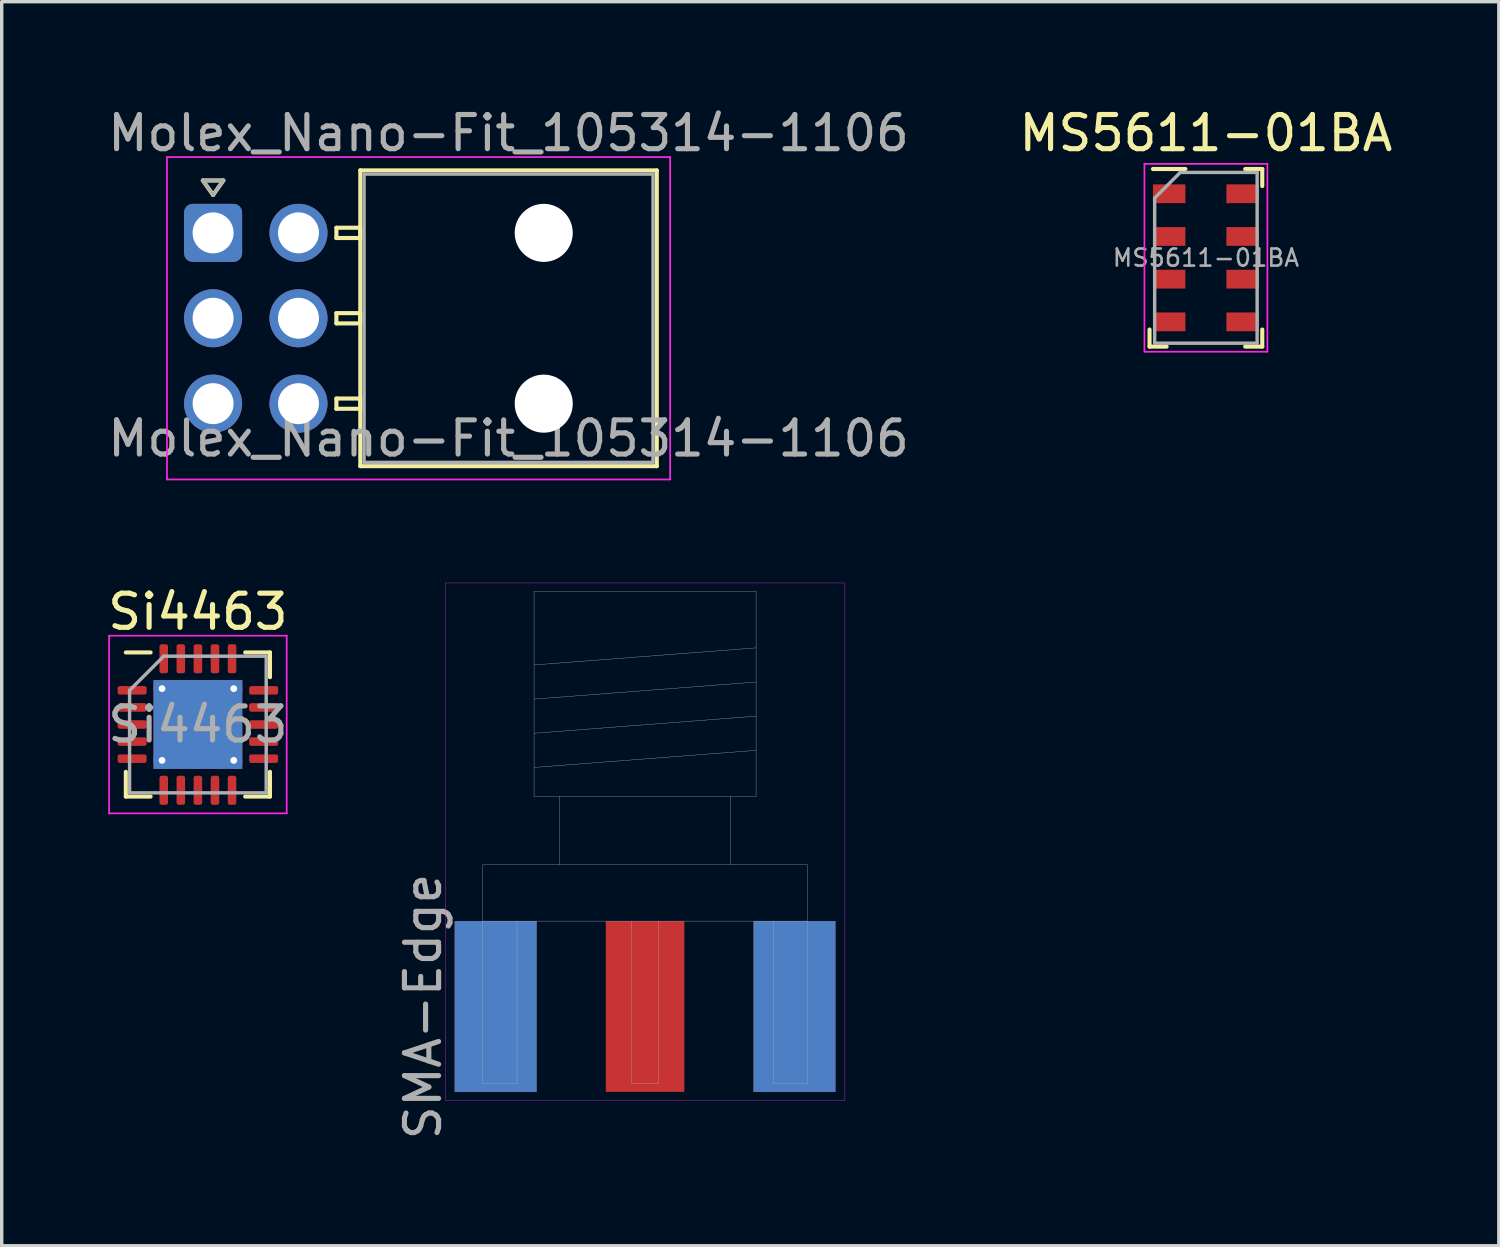
<source format=kicad_pcb>
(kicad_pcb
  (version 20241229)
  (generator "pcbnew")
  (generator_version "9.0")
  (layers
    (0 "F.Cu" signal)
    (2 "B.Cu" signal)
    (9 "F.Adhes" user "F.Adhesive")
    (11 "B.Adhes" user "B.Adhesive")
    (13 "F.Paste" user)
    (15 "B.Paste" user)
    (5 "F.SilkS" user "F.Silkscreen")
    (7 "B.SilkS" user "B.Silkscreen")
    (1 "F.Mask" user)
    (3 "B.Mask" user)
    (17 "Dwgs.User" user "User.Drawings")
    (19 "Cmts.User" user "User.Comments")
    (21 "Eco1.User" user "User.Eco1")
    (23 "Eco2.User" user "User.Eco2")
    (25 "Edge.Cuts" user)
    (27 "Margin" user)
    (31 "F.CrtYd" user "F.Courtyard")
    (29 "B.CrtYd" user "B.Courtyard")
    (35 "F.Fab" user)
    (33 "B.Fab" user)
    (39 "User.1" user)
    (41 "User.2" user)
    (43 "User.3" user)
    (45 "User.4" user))
  (footprint "Si4463"
    (layer "F.Cu")
    (at 2.744 18.162)
    (property "Reference" "Si4463" (at 0 -3.3 0) (layer "F.SilkS") (effects (font (size 1 1) (thickness 0.15))))
    (attr smd)
    (fp_line (start -2.11 2.11) (end -2.11 1.385) (stroke (width 0.12) (type solid)) (layer "F.SilkS"))
    (fp_line (start -1.385 -2.11) (end -2.11 -2.11) (stroke (width 0.12) (type solid)) (layer "F.SilkS"))
    (fp_line (start -1.385 2.11) (end -2.11 2.11) (stroke (width 0.12) (type solid)) (layer "F.SilkS"))
    (fp_line (start 1.385 -2.11) (end 2.11 -2.11) (stroke (width 0.12) (type solid)) (layer "F.SilkS"))
    (fp_line (start 1.385 2.11) (end 2.11 2.11) (stroke (width 0.12) (type solid)) (layer "F.SilkS"))
    (fp_line (start 2.11 -2.11) (end 2.11 -1.385) (stroke (width 0.12) (type solid)) (layer "F.SilkS"))
    (fp_line (start 2.11 2.11) (end 2.11 1.385) (stroke (width 0.12) (type solid)) (layer "F.SilkS"))
    (fp_line (start -2.6 -2.6) (end -2.6 2.6) (stroke (width 0.05) (type solid)) (layer "F.CrtYd"))
    (fp_line (start -2.6 2.6) (end 2.6 2.6) (stroke (width 0.05) (type solid)) (layer "F.CrtYd"))
    (fp_line (start 2.6 -2.6) (end -2.6 -2.6) (stroke (width 0.05) (type solid)) (layer "F.CrtYd"))
    (fp_line (start 2.6 2.6) (end 2.6 -2.6) (stroke (width 0.05) (type solid)) (layer "F.CrtYd"))
    (fp_line (start -2 -1) (end -1 -2) (stroke (width 0.1) (type solid)) (layer "F.Fab"))
    (fp_line (start -2 2) (end -2 -1) (stroke (width 0.1) (type solid)) (layer "F.Fab"))
    (fp_line (start -1 -2) (end 2 -2) (stroke (width 0.1) (type solid)) (layer "F.Fab"))
    (fp_line (start 2 -2) (end 2 2) (stroke (width 0.1) (type solid)) (layer "F.Fab"))
    (fp_line (start 2 2) (end -2 2) (stroke (width 0.1) (type solid)) (layer "F.Fab"))
    (fp_text user "${REFERENCE}" (at 0 0 0) (layer "F.Fab") (effects (font (size 1 1) (thickness 0.15))))
    (pad "" smd roundrect (at -0.65 -0.65) (size 1.13 1.13) (layers "F.Paste") (roundrect_rratio 0.221))
    (pad "" smd roundrect (at -0.65 0.65) (size 1.13 1.13) (layers "F.Paste") (roundrect_rratio 0.221))
    (pad "" smd roundrect (at 0.65 -0.65) (size 1.13 1.13) (layers "F.Paste") (roundrect_rratio 0.221))
    (pad "" smd roundrect (at 0.65 0.65) (size 1.13 1.13) (layers "F.Paste") (roundrect_rratio 0.221))
    (pad "1" smd roundrect (at -1.925 -1) (size 0.85 0.25) (layers "F.Cu" "F.Mask" "F.Paste") (roundrect_rratio 0.25))
    (pad "2" smd roundrect (at -1.925 -0.5) (size 0.85 0.25) (layers "F.Cu" "F.Mask" "F.Paste") (roundrect_rratio 0.25))
    (pad "3" smd roundrect (at -1.925 0) (size 0.85 0.25) (layers "F.Cu" "F.Mask" "F.Paste") (roundrect_rratio 0.25))
    (pad "4" smd roundrect (at -1.925 0.5) (size 0.85 0.25) (layers "F.Cu" "F.Mask" "F.Paste") (roundrect_rratio 0.25))
    (pad "5" smd roundrect (at -1.925 1) (size 0.85 0.25) (layers "F.Cu" "F.Mask" "F.Paste") (roundrect_rratio 0.25))
    (pad "6" smd roundrect (at -1 1.925) (size 0.25 0.85) (layers "F.Cu" "F.Mask" "F.Paste") (roundrect_rratio 0.25))
    (pad "7" smd roundrect (at -0.5 1.925) (size 0.25 0.85) (layers "F.Cu" "F.Mask" "F.Paste") (roundrect_rratio 0.25))
    (pad "8" smd roundrect (at 0 1.925) (size 0.25 0.85) (layers "F.Cu" "F.Mask" "F.Paste") (roundrect_rratio 0.25))
    (pad "9" smd roundrect (at 0.5 1.925) (size 0.25 0.85) (layers "F.Cu" "F.Mask" "F.Paste") (roundrect_rratio 0.25))
    (pad "10" smd roundrect (at 1 1.925) (size 0.25 0.85) (layers "F.Cu" "F.Mask" "F.Paste") (roundrect_rratio 0.25))
    (pad "11" smd roundrect (at 1.925 1) (size 0.85 0.25) (layers "F.Cu" "F.Mask" "F.Paste") (roundrect_rratio 0.25))
    (pad "12" smd roundrect (at 1.925 0.5) (size 0.85 0.25) (layers "F.Cu" "F.Mask" "F.Paste") (roundrect_rratio 0.25))
    (pad "13" smd roundrect (at 1.925 0) (size 0.85 0.25) (layers "F.Cu" "F.Mask" "F.Paste") (roundrect_rratio 0.25))
    (pad "14" smd roundrect (at 1.925 -0.5) (size 0.85 0.25) (layers "F.Cu" "F.Mask" "F.Paste") (roundrect_rratio 0.25))
    (pad "15" smd roundrect (at 1.925 -1) (size 0.85 0.25) (layers "F.Cu" "F.Mask" "F.Paste") (roundrect_rratio 0.25))
    (pad "16" smd roundrect (at 1 -1.925) (size 0.25 0.85) (layers "F.Cu" "F.Mask" "F.Paste") (roundrect_rratio 0.25))
    (pad "17" smd roundrect (at 0.5 -1.925) (size 0.25 0.85) (layers "F.Cu" "F.Mask" "F.Paste") (roundrect_rratio 0.25))
    (pad "18" smd roundrect (at 0 -1.925) (size 0.25 0.85) (layers "F.Cu" "F.Mask" "F.Paste") (roundrect_rratio 0.25))
    (pad "19" smd roundrect (at -0.5 -1.925) (size 0.25 0.85) (layers "F.Cu" "F.Mask" "F.Paste") (roundrect_rratio 0.25))
    (pad "20" smd roundrect (at -1 -1.925) (size 0.25 0.85) (layers "F.Cu" "F.Mask" "F.Paste") (roundrect_rratio 0.25))
    (pad "21" thru_hole circle (at -1.05 -1.05) (size 0.5 0.5) (drill 0.2) (layers "*.Cu"))
    (pad "21" thru_hole circle (at -1.05 1.05) (size 0.5 0.5) (drill 0.2) (layers "*.Cu"))
    (pad "21" smd rect (at 0 0) (size 2.6 2.6) (layers "F.Cu" "F.Mask"))
    (pad "21" smd rect (at 0 0) (size 2.6 2.6) (layers "B.Cu"))
    (pad "21" thru_hole circle (at 1.05 -1.05) (size 0.5 0.5) (drill 0.2) (layers "*.Cu"))
    (pad "21" thru_hole circle (at 1.05 1.05) (size 0.5 0.5) (drill 0.2) (layers "*.Cu")))
  (footprint "SMA-Edge"
    (layer "F.Cu")
    (at 15.836 26.418)
    (property "Reference" "SMA-Edge" (at -6.5 0 90) (layer "F.Fab") (effects (font (size 1 1) (thickness 0.15))))
    (attr through_hole)
    (fp_line (start -5.85 -12.4) (end -5.85 2.75) (stroke (width 0.01) (type solid)) (layer "F.CrtYd"))
    (fp_line (start -5.85 2.75) (end 5.85 2.75) (stroke (width 0.01) (type solid)) (layer "F.CrtYd"))
    (fp_line (start 5.85 -12.4) (end -5.85 -12.4) (stroke (width 0.01) (type solid)) (layer "F.CrtYd"))
    (fp_line (start 5.85 2.75) (end 5.85 -12.4) (stroke (width 0.01) (type solid)) (layer "F.CrtYd"))
    (fp_line (start -4.75 -4.15) (end 4.75 -4.15) (stroke (width 0.01) (type solid)) (layer "F.Fab"))
    (fp_line (start -4.75 -2.5) (end -4.75 -4.15) (stroke (width 0.01) (type solid)) (layer "F.Fab"))
    (fp_line (start -4.75 -2.5) (end -4.75 2.25) (stroke (width 0.01) (type solid)) (layer "F.Fab"))
    (fp_line (start -4.75 -2.5) (end 4.75 -2.5) (stroke (width 0.01) (type solid)) (layer "F.Fab"))
    (fp_line (start -4.75 2.25) (end -3.75 2.25) (stroke (width 0.01) (type solid)) (layer "F.Fab"))
    (fp_line (start -3.75 2.25) (end -3.75 -2.5) (stroke (width 0.01) (type solid)) (layer "F.Fab"))
    (fp_line (start -3.25 -12.15) (end 3.25 -12.15) (stroke (width 0.01) (type solid)) (layer "F.Fab"))
    (fp_line (start -3.25 -6.15) (end -3.25 -12.15) (stroke (width 0.01) (type solid)) (layer "F.Fab"))
    (fp_line (start -2.5 -4.15) (end -2.5 -6.15) (stroke (width 0.01) (type solid)) (layer "F.Fab"))
    (fp_line (start -0.4 -2.5) (end -0.4 2.25) (stroke (width 0.01) (type solid)) (layer "F.Fab"))
    (fp_line (start -0.4 2.25) (end 0.4 2.25) (stroke (width 0.01) (type solid)) (layer "F.Fab"))
    (fp_line (start 0.4 2.25) (end 0.4 -2.5) (stroke (width 0.01) (type solid)) (layer "F.Fab"))
    (fp_line (start 2.5 -6.15) (end 2.5 -4.15) (stroke (width 0.01) (type solid)) (layer "F.Fab"))
    (fp_line (start 3.25 -12.15) (end 3.25 -6.15) (stroke (width 0.01) (type solid)) (layer "F.Fab"))
    (fp_line (start 3.25 -10.5) (end -3.25 -10) (stroke (width 0.01) (type solid)) (layer "F.Fab"))
    (fp_line (start 3.25 -9.5) (end -3.25 -9) (stroke (width 0.01) (type solid)) (layer "F.Fab"))
    (fp_line (start 3.25 -8.5) (end -3.25 -8) (stroke (width 0.01) (type solid)) (layer "F.Fab"))
    (fp_line (start 3.25 -7.5) (end -3.25 -7) (stroke (width 0.01) (type solid)) (layer "F.Fab"))
    (fp_line (start 3.25 -6.15) (end -3.25 -6.15) (stroke (width 0.01) (type solid)) (layer "F.Fab"))
    (fp_line (start 3.75 2.25) (end 3.75 -2.5) (stroke (width 0.01) (type solid)) (layer "F.Fab"))
    (fp_line (start 4.75 -4.15) (end 4.75 -2.5) (stroke (width 0.01) (type solid)) (layer "F.Fab"))
    (fp_line (start 4.75 -2.5) (end 4.75 2.25) (stroke (width 0.01) (type solid)) (layer "F.Fab"))
    (fp_line (start 4.75 2.25) (end 3.75 2.25) (stroke (width 0.01) (type solid)) (layer "F.Fab"))
    (pad "1" smd rect (at 0 0) (size 2.3 5) (layers "F.Cu" "F.Mask" "F.Paste"))
    (pad "2" smd rect (at -4.375 0) (size 2.4 5) (layers "F.Cu" "F.Mask" "F.Paste"))
    (pad "2" smd rect (at -4.375 0) (size 2.4 5) (layers "B.Cu" "B.Mask" "B.Paste"))
    (pad "2" smd rect (at 4.375 0) (size 2.4 5) (layers "F.Cu" "F.Mask" "F.Paste"))
    (pad "2" smd rect (at 4.375 0) (size 2.4 5) (layers "B.Cu" "B.Mask" "B.Paste")))
  (footprint "MS5611-01BA"
    (layer "F.Cu")
    (at 32.256 4.498)
    (property "Reference" "MS5611-01BA" (at 0 -3.65 0) (layer "F.SilkS") (effects (font (size 1 1) (thickness 0.15))))
    (attr smd)
    (fp_line (start -1.65 2.6) (end -1.65 2.1) (stroke (width 0.12) (type solid)) (layer "F.SilkS"))
    (fp_line (start -1.55 -2.6) (end -0.6 -2.6) (stroke (width 0.12) (type solid)) (layer "F.SilkS"))
    (fp_line (start -1.15 2.6) (end -1.65 2.6) (stroke (width 0.12) (type solid)) (layer "F.SilkS"))
    (fp_line (start 1.15 -2.6) (end 1.65 -2.6) (stroke (width 0.12) (type solid)) (layer "F.SilkS"))
    (fp_line (start 1.65 -2.6) (end 1.65 -2.1) (stroke (width 0.12) (type solid)) (layer "F.SilkS"))
    (fp_line (start 1.65 2.1) (end 1.65 2.6) (stroke (width 0.12) (type solid)) (layer "F.SilkS"))
    (fp_line (start 1.65 2.6) (end 1.15 2.6) (stroke (width 0.12) (type solid)) (layer "F.SilkS"))
    (fp_line (start -1.8 -2.75) (end -1.8 2.75) (stroke (width 0.05) (type solid)) (layer "F.CrtYd"))
    (fp_line (start -1.8 -2.75) (end 1.8 -2.75) (stroke (width 0.05) (type solid)) (layer "F.CrtYd"))
    (fp_line (start 1.8 2.75) (end -1.8 2.75) (stroke (width 0.05) (type solid)) (layer "F.CrtYd"))
    (fp_line (start 1.8 2.75) (end 1.8 -2.75) (stroke (width 0.05) (type solid)) (layer "F.CrtYd"))
    (fp_line (start -1.5 -1.75) (end -0.75 -2.5) (stroke (width 0.1) (type solid)) (layer "F.Fab"))
    (fp_line (start -1.5 2.5) (end -1.5 -1.75) (stroke (width 0.1) (type solid)) (layer "F.Fab"))
    (fp_line (start -0.75 -2.5) (end 1.5 -2.5) (stroke (width 0.1) (type solid)) (layer "F.Fab"))
    (fp_line (start 1.5 -2.5) (end 1.5 2.5) (stroke (width 0.1) (type solid)) (layer "F.Fab"))
    (fp_line (start 1.5 2.5) (end -1.5 2.5) (stroke (width 0.1) (type solid)) (layer "F.Fab"))
    (fp_text user "${REFERENCE}" (at 0 0 0) (layer "F.Fab") (effects (font (size 0.5 0.5) (thickness 0.075))))
    (pad "1" smd rect (at -1.075 -1.875) (size 0.95 0.55) (layers "F.Cu" "F.Mask" "F.Paste"))
    (pad "2" smd rect (at -1.075 -0.625) (size 0.95 0.55) (layers "F.Cu" "F.Mask" "F.Paste"))
    (pad "3" smd rect (at -1.075 0.625) (size 0.95 0.55) (layers "F.Cu" "F.Mask" "F.Paste"))
    (pad "4" smd rect (at -1.075 1.875) (size 0.95 0.55) (layers "F.Cu" "F.Mask" "F.Paste"))
    (pad "5" smd rect (at 1.075 1.875) (size 0.95 0.55) (layers "F.Cu" "F.Mask" "F.Paste"))
    (pad "6" smd rect (at 1.075 0.625) (size 0.95 0.55) (layers "F.Cu" "F.Mask" "F.Paste"))
    (pad "7" smd rect (at 1.075 -0.625) (size 0.95 0.55) (layers "F.Cu" "F.Mask" "F.Paste"))
    (pad "8" smd rect (at 1.075 -1.875) (size 0.95 0.55) (layers "F.Cu" "F.Mask" "F.Paste")))
  (footprint "Molex_Nano-Fit_105314-1106"
    (layer "F.Cu")
    (at 3.189 3.768)
    (property "Reference" "Molex_Nano-Fit_105314-1106" (at 8.65 -2.92 0) (layer "F.Fab") (effects (font (size 1 1) (thickness 0.15))))
    (attr through_hole)
    (fp_line (start -0.3 -1.534) (end 0 -1.11) (stroke (width 0.12) (type solid)) (layer "F.SilkS"))
    (fp_line (start 0 -1.11) (end 0.3 -1.534) (stroke (width 0.12) (type solid)) (layer "F.SilkS"))
    (fp_line (start 0.3 -1.534) (end -0.3 -1.534) (stroke (width 0.12) (type solid)) (layer "F.SilkS"))
    (fp_line (start 3.61 -0.15) (end 3.61 0.15) (stroke (width 0.12) (type solid)) (layer "F.SilkS"))
    (fp_line (start 3.61 0.15) (end 4.31 0.15) (stroke (width 0.12) (type solid)) (layer "F.SilkS"))
    (fp_line (start 3.61 2.35) (end 3.61 2.65) (stroke (width 0.12) (type solid)) (layer "F.SilkS"))
    (fp_line (start 3.61 2.65) (end 4.31 2.65) (stroke (width 0.12) (type solid)) (layer "F.SilkS"))
    (fp_line (start 3.61 4.85) (end 3.61 5.15) (stroke (width 0.12) (type solid)) (layer "F.SilkS"))
    (fp_line (start 3.61 5.15) (end 4.31 5.15) (stroke (width 0.12) (type solid)) (layer "F.SilkS"))
    (fp_line (start 4.31 -1.83) (end 4.31 6.83) (stroke (width 0.12) (type solid)) (layer "F.SilkS"))
    (fp_line (start 4.31 -0.15) (end 3.61 -0.15) (stroke (width 0.12) (type solid)) (layer "F.SilkS"))
    (fp_line (start 4.31 0.15) (end 4.31 -0.15) (stroke (width 0.12) (type solid)) (layer "F.SilkS"))
    (fp_line (start 4.31 2.35) (end 3.61 2.35) (stroke (width 0.12) (type solid)) (layer "F.SilkS"))
    (fp_line (start 4.31 2.65) (end 4.31 2.35) (stroke (width 0.12) (type solid)) (layer "F.SilkS"))
    (fp_line (start 4.31 4.85) (end 3.61 4.85) (stroke (width 0.12) (type solid)) (layer "F.SilkS"))
    (fp_line (start 4.31 5.15) (end 4.31 4.85) (stroke (width 0.12) (type solid)) (layer "F.SilkS"))
    (fp_line (start 4.31 6.83) (end 12.99 6.83) (stroke (width 0.12) (type solid)) (layer "F.SilkS"))
    (fp_line (start 12.99 -1.83) (end 4.31 -1.83) (stroke (width 0.12) (type solid)) (layer "F.SilkS"))
    (fp_line (start 12.99 6.83) (end 12.99 -1.83) (stroke (width 0.12) (type solid)) (layer "F.SilkS"))
    (fp_line (start -1.35 -2.22) (end -1.35 7.22) (stroke (width 0.05) (type solid)) (layer "F.CrtYd"))
    (fp_line (start -1.35 7.22) (end 13.38 7.22) (stroke (width 0.05) (type solid)) (layer "F.CrtYd"))
    (fp_line (start 13.38 -2.22) (end -1.35 -2.22) (stroke (width 0.05) (type solid)) (layer "F.CrtYd"))
    (fp_line (start 13.38 7.22) (end 13.38 -2.22) (stroke (width 0.05) (type solid)) (layer "F.CrtYd"))
    (fp_line (start -0.3 -1.534) (end 0 -1.11) (stroke (width 0.1) (type solid)) (layer "F.Fab"))
    (fp_line (start 0 -1.11) (end 0.3 -1.534) (stroke (width 0.1) (type solid)) (layer "F.Fab"))
    (fp_line (start 0.3 -1.534) (end -0.3 -1.534) (stroke (width 0.1) (type solid)) (layer "F.Fab"))
    (fp_line (start 4.42 -1.72) (end 4.42 6.72) (stroke (width 0.1) (type solid)) (layer "F.Fab"))
    (fp_line (start 4.42 6.72) (end 12.88 6.72) (stroke (width 0.1) (type solid)) (layer "F.Fab"))
    (fp_line (start 12.88 -1.72) (end 4.42 -1.72) (stroke (width 0.1) (type solid)) (layer "F.Fab"))
    (fp_line (start 12.88 6.72) (end 12.88 -1.72) (stroke (width 0.1) (type solid)) (layer "F.Fab"))
    (fp_text user "${REFERENCE}" (at 8.65 6.02 0) (layer "F.Fab") (effects (font (size 1 1) (thickness 0.15))))
    (pad "" np_thru_hole circle (at 9.68 0) (size 1.7 1.7) (drill 1.7) (layers "*.Cu" "*.Mask"))
    (pad "" np_thru_hole circle (at 9.68 5) (size 1.7 1.7) (drill 1.7) (layers "*.Cu" "*.Mask"))
    (pad "1" thru_hole roundrect (at 0 0) (size 1.7 1.7) (drill 1.2) (layers "*.Cu" "*.Mask") (roundrect_rratio 0.147))
    (pad "2" thru_hole circle (at 2.5 0) (size 1.7 1.7) (drill 1.2) (layers "*.Cu" "*.Mask"))
    (pad "3" thru_hole circle (at 0 2.5) (size 1.7 1.7) (drill 1.2) (layers "*.Cu" "*.Mask"))
    (pad "4" thru_hole circle (at 2.5 2.5) (size 1.7 1.7) (drill 1.2) (layers "*.Cu" "*.Mask"))
    (pad "5" thru_hole circle (at 0 5) (size 1.7 1.7) (drill 1.2) (layers "*.Cu" "*.Mask"))
    (pad "6" thru_hole circle (at 2.5 5) (size 1.7 1.7) (drill 1.2) (layers "*.Cu" "*.Mask")))
  (gr_rect
    (start -3 -3)
    (end 40.833 33.424)
    (stroke (width 0.1) (type default))
    (fill no)
    (layer "Edge.Cuts")))
</source>
